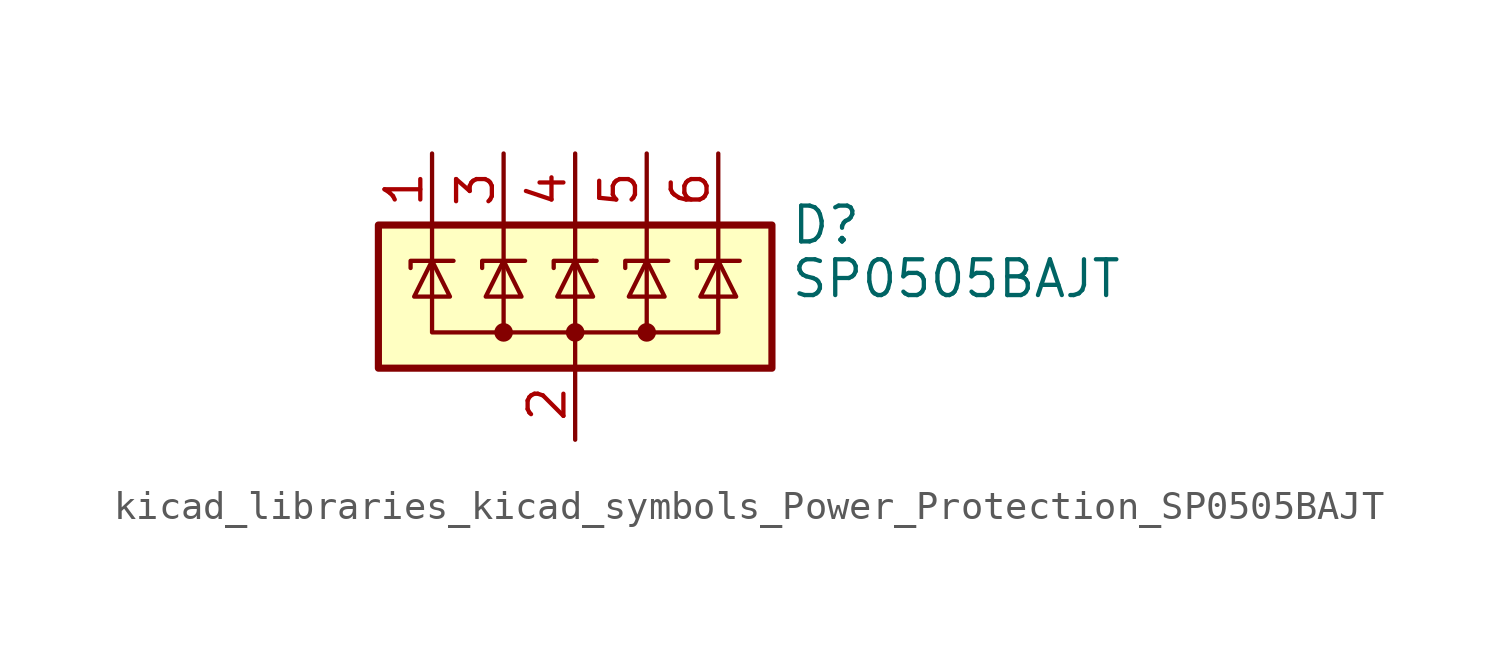
<source format=kicad_sym>
(kicad_symbol_lib
  (version 20220914)
  (generator kicad_symbol_editor)
  (symbol "kicad_libraries_kicad_symbols_Power_Protection_SP0505BAJT"
    (pin_names hide)
    (property "Reference" "D"
      (at 7.62 2.54 0)
      (effects (font (size 1.27 1.27)) (justify left)))
    (property "Value" "SP0505BAJT"
      (at 7.62 0.635 0)
      (effects (font (size 1.27 1.27)) (justify left)))
    (symbol "kicad_libraries_kicad_symbols_Power_Protection_SP0505BAJT_0_0"
      (pin passive line (at 0 -5.08 90) (length 2.54) (name "A" (effects (font (size 1.27 1.27)))) (number "2" (effects (font (size 1.27 1.27))))))
    (symbol "kicad_libraries_kicad_symbols_Power_Protection_SP0505BAJT_0_1"
      (rectangle (start -6.985 2.54) (end 6.985 -2.54) (stroke (width 0.254) (type default)) (fill (type background)))
      (circle (center -2.54 -1.27) (radius 0.254) (stroke (width 0) (type default)) (fill (type outline)))
      (circle (center 0 -1.27) (radius 0.254) (stroke (width 0) (type default)) (fill (type outline)))
      (polyline (pts (xy -5.08 2.54) (xy -5.08 1.27)) (stroke (width 0) (type default)) (fill (type none)))
      (polyline (pts (xy -2.54 2.54) (xy -2.54 1.27)) (stroke (width 0) (type default)) (fill (type none)))
      (polyline (pts (xy 0 -1.27) (xy 0 -2.54)) (stroke (width 0) (type default)) (fill (type none)))
      (polyline (pts (xy 0 -1.27) (xy 0 1.27)) (stroke (width 0) (type default)) (fill (type none)))
      (polyline (pts (xy 0 2.54) (xy 0 1.27)) (stroke (width 0) (type default)) (fill (type none)))
      (polyline (pts (xy 0.635 1.27) (xy 0.762 1.27)) (stroke (width 0) (type default)) (fill (type none)))
      (polyline (pts (xy 2.54 2.54) (xy 2.54 1.27)) (stroke (width 0) (type default)) (fill (type none)))
      (polyline (pts (xy 5.08 2.54) (xy 5.08 1.27)) (stroke (width 0) (type default)) (fill (type none)))
      (polyline (pts (xy -5.08 1.27) (xy -5.08 -1.27) (xy -2.54 -1.27)) (stroke (width 0) (type default)) (fill (type none)))
      (polyline (pts (xy 0.635 1.27) (xy -0.762 1.27) (xy -0.762 1.016)) (stroke (width 0) (type default)) (fill (type none)))
      (polyline (pts (xy 5.08 1.27) (xy 5.08 -1.27) (xy 2.54 -1.27)) (stroke (width 0) (type default)) (fill (type none)))
      (polyline (pts (xy -5.842 1.016) (xy -5.842 1.27) (xy -4.445 1.27) (xy -4.318 1.27)) (stroke (width 0) (type default)) (fill (type none)))
      (polyline (pts (xy -5.08 1.27) (xy -4.445 0) (xy -5.715 0) (xy -5.08 1.27)) (stroke (width 0) (type default)) (fill (type none)))
      (polyline (pts (xy -3.302 1.016) (xy -3.302 1.27) (xy -1.905 1.27) (xy -1.778 1.27)) (stroke (width 0) (type default)) (fill (type none)))
      (polyline (pts (xy -2.54 1.27) (xy -2.54 -1.27) (xy 2.54 -1.27) (xy 2.54 1.27)) (stroke (width 0) (type default)) (fill (type none)))
      (polyline (pts (xy -2.54 1.27) (xy -1.905 0) (xy -3.175 0) (xy -2.54 1.27)) (stroke (width 0) (type default)) (fill (type none)))
      (polyline (pts (xy 0.635 0) (xy -0.635 0) (xy 0 1.27) (xy 0.635 0)) (stroke (width 0) (type default)) (fill (type none)))
      (polyline (pts (xy 1.778 1.016) (xy 1.778 1.27) (xy 3.175 1.27) (xy 3.302 1.27)) (stroke (width 0) (type default)) (fill (type none)))
      (polyline (pts (xy 2.54 1.27) (xy 1.905 0) (xy 3.175 0) (xy 2.54 1.27)) (stroke (width 0) (type default)) (fill (type none)))
      (polyline (pts (xy 4.318 1.016) (xy 4.318 1.27) (xy 5.715 1.27) (xy 5.842 1.27)) (stroke (width 0) (type default)) (fill (type none)))
      (polyline (pts (xy 5.08 1.27) (xy 4.445 0) (xy 5.715 0) (xy 5.08 1.27)) (stroke (width 0) (type default)) (fill (type none)))
      (circle (center 2.54 -1.27) (radius 0.254) (stroke (width 0) (type default)) (fill (type outline))))
    (symbol "kicad_libraries_kicad_symbols_Power_Protection_SP0505BAJT_1_1"
      (pin passive line (at -5.08 5.08 270) (length 2.54) (name "K" (effects (font (size 1.27 1.27)))) (number "1" (effects (font (size 1.27 1.27)))))
      (pin passive line (at -2.54 5.08 270) (length 2.54) (name "K" (effects (font (size 1.27 1.27)))) (number "3" (effects (font (size 1.27 1.27)))))
      (pin passive line (at 0 5.08 270) (length 2.54) (name "K" (effects (font (size 1.27 1.27)))) (number "4" (effects (font (size 1.27 1.27)))))
      (pin passive line (at 2.54 5.08 270) (length 2.54) (name "K" (effects (font (size 1.27 1.27)))) (number "5" (effects (font (size 1.27 1.27)))))
      (pin passive line (at 5.08 5.08 270) (length 2.54) (name "K" (effects (font (size 1.27 1.27)))) (number "6" (effects (font (size 1.27 1.27))))))))
</source>
